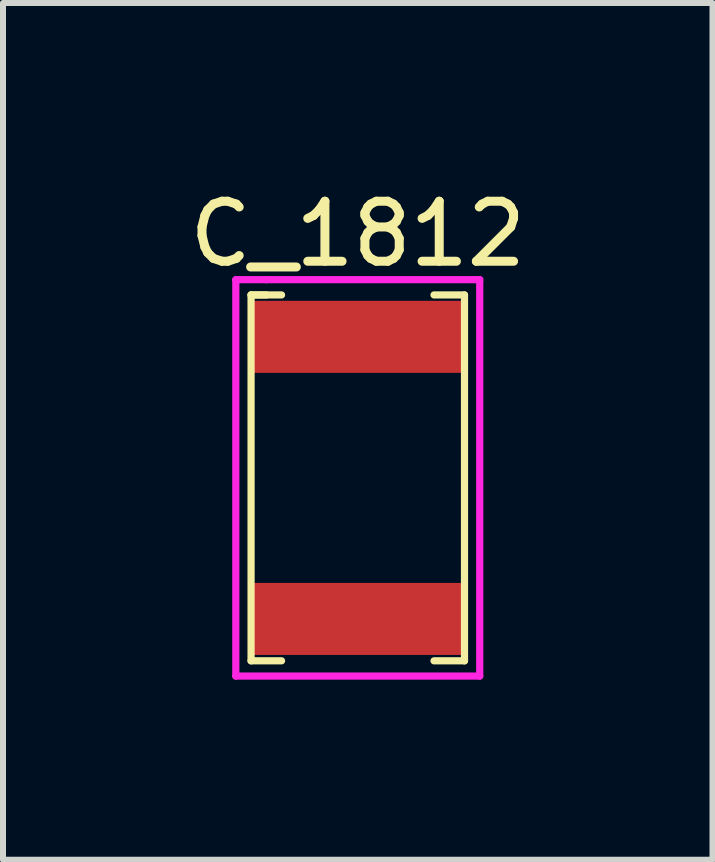
<source format=kicad_pcb>
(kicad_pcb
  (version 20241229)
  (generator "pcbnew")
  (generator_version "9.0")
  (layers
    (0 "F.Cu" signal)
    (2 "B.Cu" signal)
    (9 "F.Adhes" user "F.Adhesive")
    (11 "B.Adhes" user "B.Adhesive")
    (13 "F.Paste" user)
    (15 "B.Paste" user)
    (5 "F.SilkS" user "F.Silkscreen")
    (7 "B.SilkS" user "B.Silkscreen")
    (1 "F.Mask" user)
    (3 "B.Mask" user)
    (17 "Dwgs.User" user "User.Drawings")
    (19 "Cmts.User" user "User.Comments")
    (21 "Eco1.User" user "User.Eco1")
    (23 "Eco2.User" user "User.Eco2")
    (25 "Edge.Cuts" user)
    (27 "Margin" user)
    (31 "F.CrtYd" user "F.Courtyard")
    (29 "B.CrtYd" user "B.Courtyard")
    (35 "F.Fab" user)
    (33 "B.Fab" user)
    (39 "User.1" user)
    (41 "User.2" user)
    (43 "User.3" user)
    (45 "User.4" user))
  (footprint "C_1812"
    (layer "F.Cu")
    (at 2.911 4.912)
    (property "Reference" "C_1812" (at 0 -4.064 0) (layer "F.SilkS") (effects (font (size 1 1) (thickness 0.15))))
    (attr through_hole)
    (fp_line (start -1.778 -3.048) (end -1.27 -3.048) (stroke (width 0.12) (type solid)) (layer "F.SilkS"))
    (fp_line (start -1.778 3.048) (end -1.778 -3.048) (stroke (width 0.12) (type solid)) (layer "F.SilkS"))
    (fp_line (start -1.524 -3.048) (end -1.778 -3.048) (stroke (width 0.12) (type solid)) (layer "F.SilkS"))
    (fp_line (start -1.27 3.048) (end -1.778 3.048) (stroke (width 0.12) (type solid)) (layer "F.SilkS"))
    (fp_line (start 1.27 -3.048) (end 1.778 -3.048) (stroke (width 0.12) (type solid)) (layer "F.SilkS"))
    (fp_line (start 1.778 -3.048) (end 1.778 3.048) (stroke (width 0.12) (type solid)) (layer "F.SilkS"))
    (fp_line (start 1.778 3.048) (end 1.27 3.048) (stroke (width 0.12) (type solid)) (layer "F.SilkS"))
    (fp_line (start -2.032 -3.302) (end -2.032 3.302) (stroke (width 0.12) (type solid)) (layer "F.CrtYd"))
    (fp_line (start -2.032 3.302) (end 2.032 3.302) (stroke (width 0.12) (type solid)) (layer "F.CrtYd"))
    (fp_line (start -1.524 -3.302) (end -2.032 -3.302) (stroke (width 0.12) (type solid)) (layer "F.CrtYd"))
    (fp_line (start 2.032 -3.302) (end -1.524 -3.302) (stroke (width 0.12) (type solid)) (layer "F.CrtYd"))
    (fp_line (start 2.032 3.302) (end 2.032 -3.302) (stroke (width 0.12) (type solid)) (layer "F.CrtYd"))
    (pad "1" smd rect (at 0 2.15) (size 3.3 0.75) (layers "F.Cu" "F.Mask" "F.Paste"))
    (pad "1" smd rect (at 0 2.35) (size 3.5 1.2) (layers "F.Cu" "F.Mask" "F.Paste"))
    (pad "2" smd rect (at 0 -2.35) (size 3.5 1.2) (layers "F.Cu" "F.Mask" "F.Paste"))
    (pad "2" smd rect (at 0 -2.15) (size 3.3 0.75) (layers "F.Cu" "F.Mask" "F.Paste")))
  (gr_rect
    (start -3 -3)
    (end 8.821 11.274)
    (stroke (width 0.1) (type default))
    (fill no)
    (layer "Edge.Cuts")))
</source>
